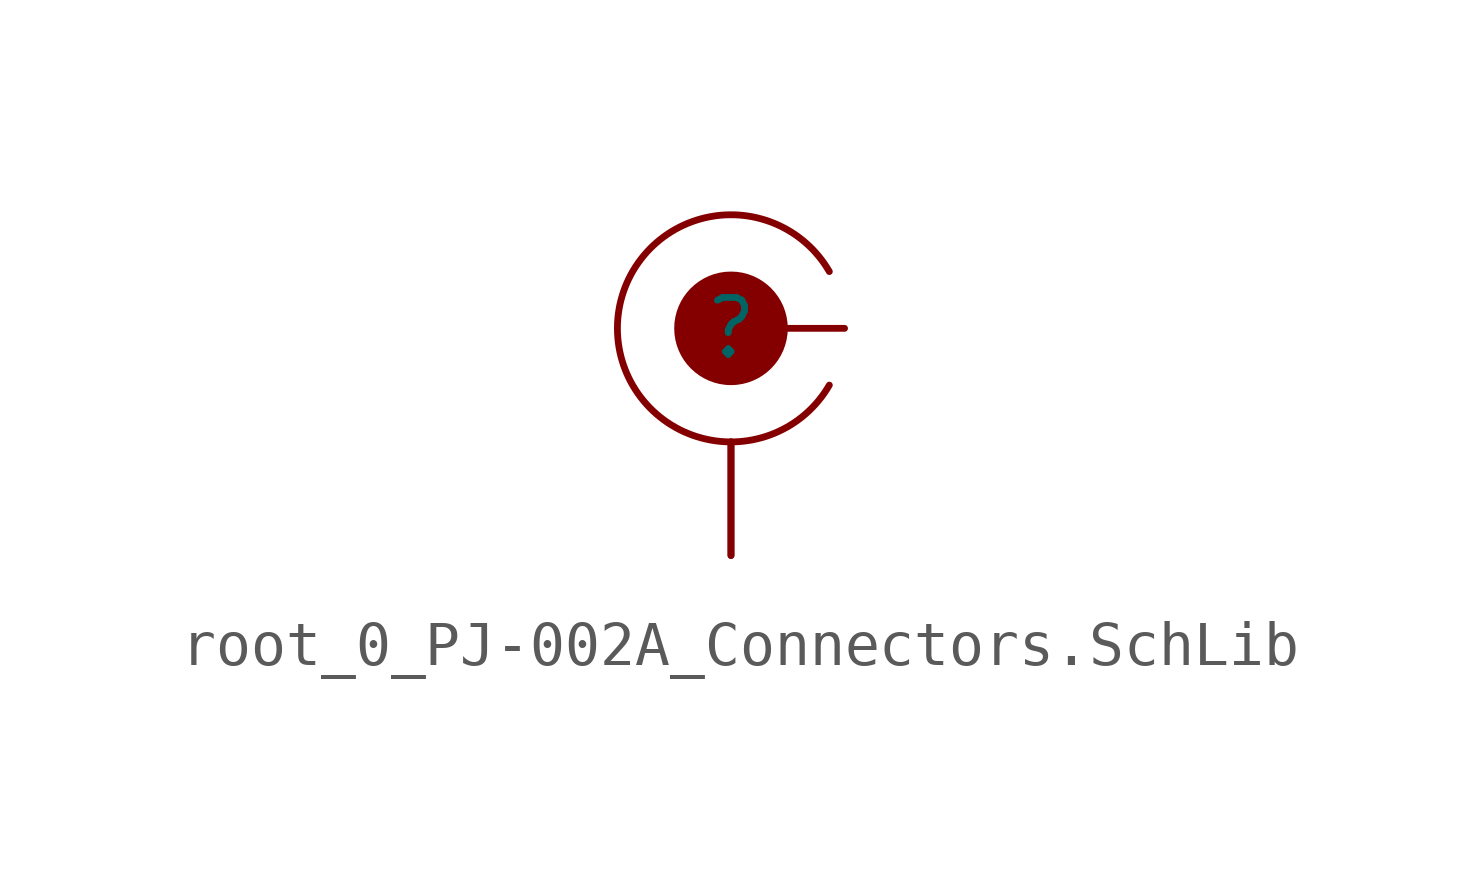
<source format=kicad_sym>
(kicad_symbol_lib
  (version 20241209)
  (generator "kicad_symbol_editor")
  (generator_version "9.0")
  (symbol "root_0_PJ-002A_Connectors.SchLib"
    (pin_numbers
      (hide yes))
    (pin_names
      (hide yes))
    (property "Reference" ""
      (at 0 0 0)
      (effects (font (size 1.27 1.27))))
    (property "Value" ""
      (at 0 0 0)
      (effects (font (size 1.27 1.27))))
    (symbol "root_0_PJ-002A_Connectors.SchLib_1_0"
      (circle (center 0 0) (radius 1.27) (stroke (width -0.0001) (type solid)) (fill (type outline)))
      (arc (start 2.1997 -1.27) (mid -2.54 0) (end 2.1997 1.27) (stroke (width 0) (type solid)) (fill (type none)))
      (pin passive line (at 0 -5.08 90) (length 2.54) (name "2" (effects (font (size 1.27 1.27)))) (number "2" (effects (font (size 1.27 1.27)))))
      (pin passive line (at 0 -5.08 90) (length 2.54) (name "3" (effects (font (size 1.27 1.27)))) (number "3" (effects (font (size 1.27 1.27)))))
      (pin passive line (at 2.54 0 180) (length 2.54) (name "1" (effects (font (size 1.27 1.27)))) (number "1" (effects (font (size 1.27 1.27))))))))
</source>
